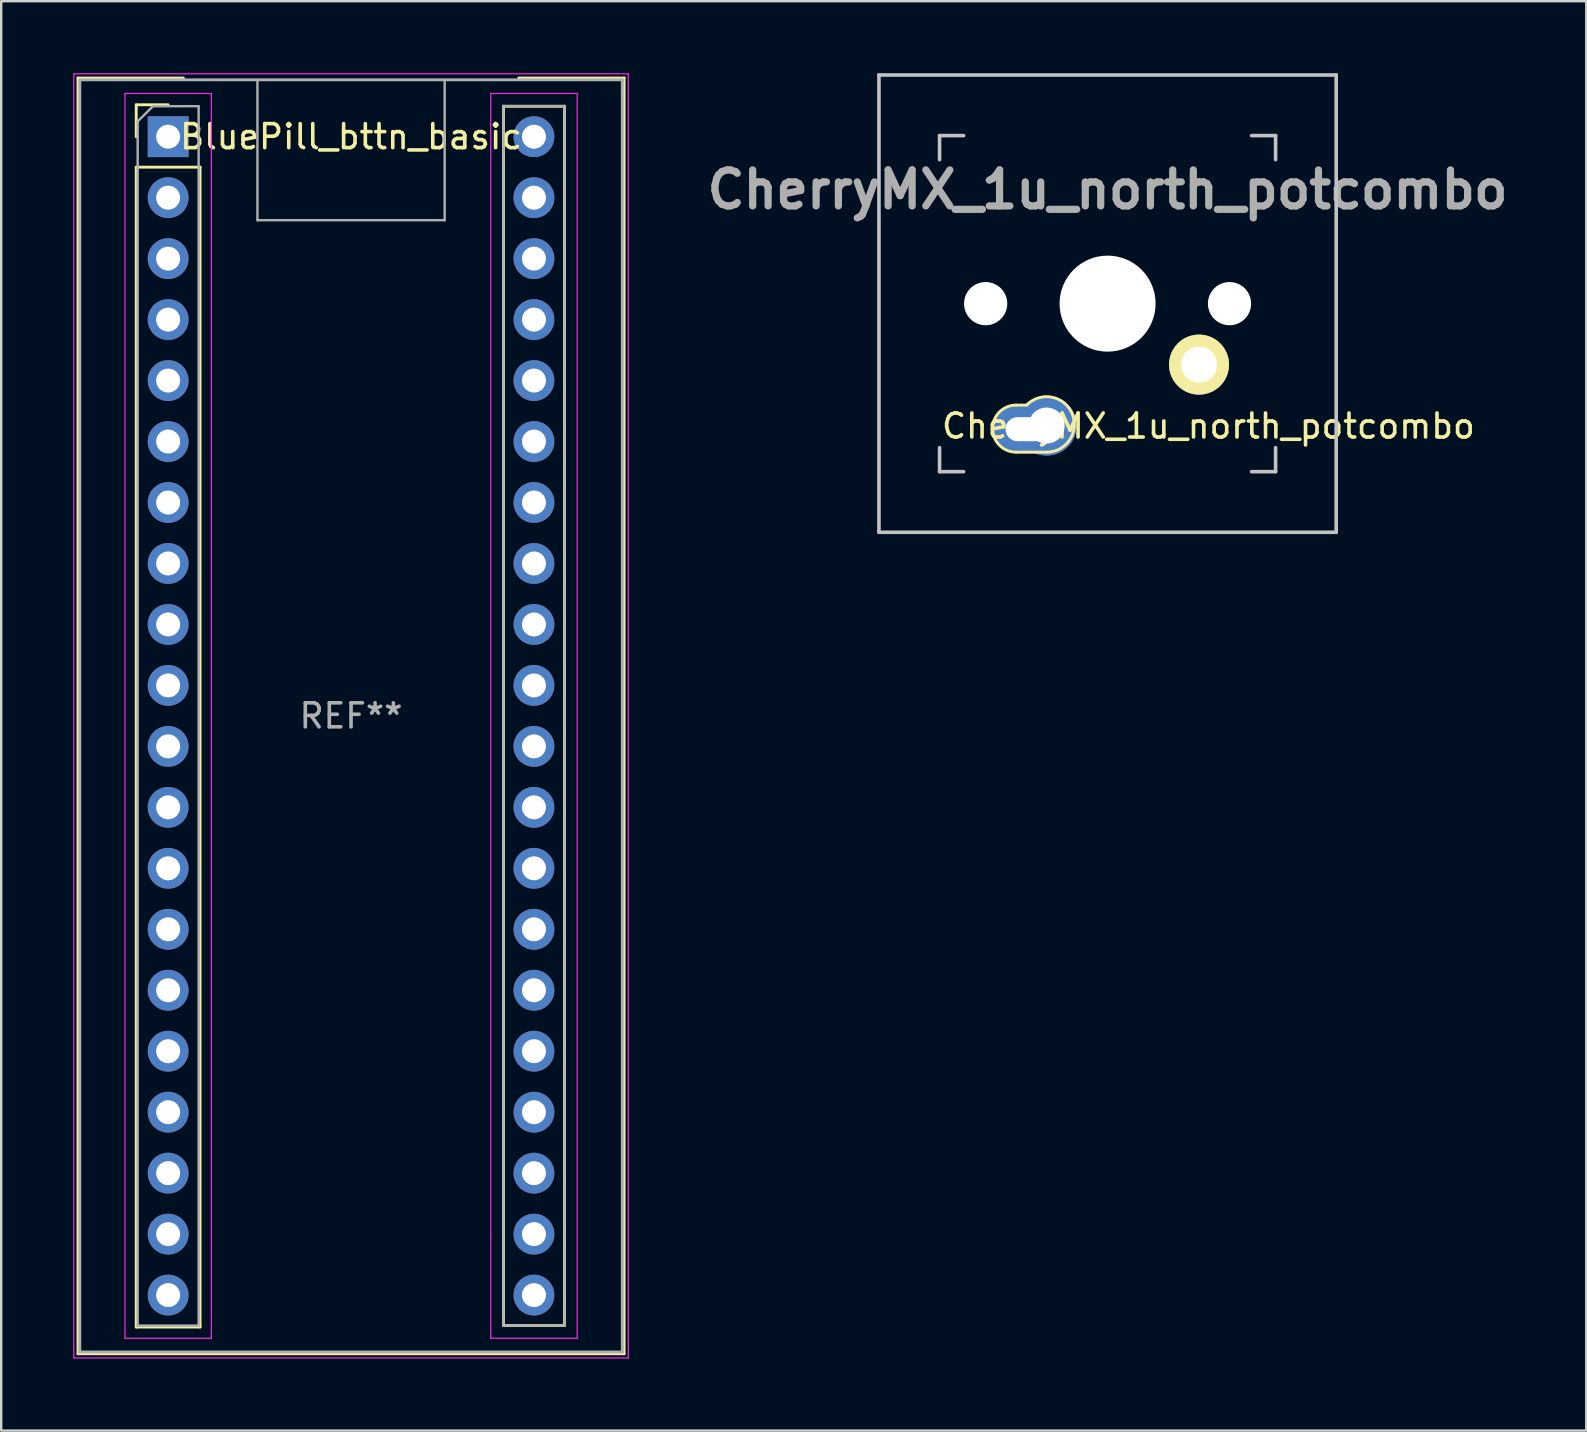
<source format=kicad_pcb>
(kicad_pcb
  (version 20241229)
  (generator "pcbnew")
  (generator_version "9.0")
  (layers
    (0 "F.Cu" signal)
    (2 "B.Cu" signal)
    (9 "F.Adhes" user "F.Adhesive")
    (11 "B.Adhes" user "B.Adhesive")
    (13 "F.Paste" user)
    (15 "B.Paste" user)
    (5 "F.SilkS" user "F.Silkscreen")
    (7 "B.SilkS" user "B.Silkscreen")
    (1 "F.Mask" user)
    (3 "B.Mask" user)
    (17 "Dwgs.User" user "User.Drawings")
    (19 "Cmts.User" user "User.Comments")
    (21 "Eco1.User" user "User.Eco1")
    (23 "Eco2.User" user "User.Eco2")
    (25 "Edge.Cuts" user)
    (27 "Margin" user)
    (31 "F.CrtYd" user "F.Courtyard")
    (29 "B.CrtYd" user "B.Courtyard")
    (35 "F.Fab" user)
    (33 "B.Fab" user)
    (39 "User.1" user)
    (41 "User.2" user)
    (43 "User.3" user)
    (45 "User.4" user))
  (footprint "CherryMX_1u_north_potcombo"
    (layer "F.Cu")
    (at 43.093 9.6)
    (property "Reference" "CherryMX_1u_north_potcombo" (at 4.2 5.1 180) (layer "F.SilkS") (effects (font (size 1 1) (thickness 0.15))))
    (attr through_hole)
    (fp_line (start -3.81 4.226) (end -3.365 4.226) (stroke (width 0.12) (type solid)) (layer "F.SilkS"))
    (fp_line (start -3.81 6.188) (end -2.54 6.188) (stroke (width 0.12) (type solid)) (layer "F.SilkS"))
    (fp_arc (start -3.81 6.188289) (mid -4.791289 5.207) (end -3.81 4.225711) (stroke (width 0.12) (type solid)) (layer "F.SilkS"))
    (fp_arc (start -3.3655 4.225711) (mid -1.47569 4.585719) (end -2.54 6.188289) (stroke (width 0.12) (type solid)) (layer "F.SilkS"))
    (fp_line (start -9.525 -9.525) (end 9.525 -9.525) (stroke (width 0.15) (type solid)) (layer "Dwgs.User"))
    (fp_line (start -9.525 9.525) (end -9.525 -9.525) (stroke (width 0.15) (type solid)) (layer "Dwgs.User"))
    (fp_line (start -7 -7) (end -7 -6) (stroke (width 0.15) (type solid)) (layer "Dwgs.User"))
    (fp_line (start -7 6) (end -7 7) (stroke (width 0.15) (type solid)) (layer "Dwgs.User"))
    (fp_line (start -7 7) (end -6 7) (stroke (width 0.15) (type solid)) (layer "Dwgs.User"))
    (fp_line (start -6 -7) (end -7 -7) (stroke (width 0.15) (type solid)) (layer "Dwgs.User"))
    (fp_line (start 6 -7) (end 7 -7) (stroke (width 0.15) (type solid)) (layer "Dwgs.User"))
    (fp_line (start 7 -6) (end 7 -7) (stroke (width 0.15) (type solid)) (layer "Dwgs.User"))
    (fp_line (start 7 6) (end 7 7) (stroke (width 0.15) (type solid)) (layer "Dwgs.User"))
    (fp_line (start 7 7) (end 6 7) (stroke (width 0.15) (type solid)) (layer "Dwgs.User"))
    (fp_line (start 9.525 -9.525) (end 9.525 9.525) (stroke (width 0.15) (type solid)) (layer "Dwgs.User"))
    (fp_line (start 9.525 9.525) (end -9.525 9.525) (stroke (width 0.15) (type solid)) (layer "Dwgs.User"))
    (fp_text user "${REFERENCE}" (at 0 -4.75 0) (unlocked yes) (layer "F.Fab") (effects (font (size 1.5 1.5) (thickness 0.3))))
    (pad "" np_thru_hole circle (at -5.08 0 270) (size 1.8 1.8) (drill 1.8) (layers "*.Cu" "*.Mask"))
    (pad "" np_thru_hole circle (at 0 0 270) (size 4 4) (drill 4) (layers "*.Cu" "*.Mask"))
    (pad "" np_thru_hole circle (at 5.08 0 270) (size 1.8 1.8) (drill 1.8) (layers "*.Cu" "*.Mask"))
    (pad "1" thru_hole circle (at 3.81 2.54 180) (size 2.5 2.5) (drill 1.5) (layers "*.Cu" "B.Mask" "F.SilkS"))
    (pad "2" thru_hole oval (at -3.251 5.23) (size 3 2) (drill oval 2 1) (layers "*.Cu" "B.Mask"))
    (pad "2" thru_hole circle (at -2.54 5.08 180) (size 2.5 2.5) (drill 1.5) (layers "*.Cu" "B.Mask")))
  (footprint "BluePill_bttn_basic"
    (layer "F.Cu")
    (at 3.955 2.645)
    (property "Reference" "BluePill_bttn_basic" (at 7.62 0 0) (layer "F.SilkS") (effects (font (size 1 1) (thickness 0.15))))
    (attr through_hole)
    (fp_line (start -3.755 -2.445) (end 0.635 -2.445) (stroke (width 0.12) (type solid)) (layer "F.SilkS"))
    (fp_line (start -3.755 50.705) (end -3.755 -2.445) (stroke (width 0.12) (type solid)) (layer "F.SilkS"))
    (fp_line (start -1.33 -1.33) (end 0 -1.33) (stroke (width 0.12) (type solid)) (layer "F.SilkS"))
    (fp_line (start -1.33 0) (end -1.33 -1.33) (stroke (width 0.12) (type solid)) (layer "F.SilkS"))
    (fp_line (start -1.33 1.27) (end 1.33 1.27) (stroke (width 0.12) (type solid)) (layer "F.SilkS"))
    (fp_line (start -1.33 49.59) (end -1.33 1.27) (stroke (width 0.12) (type solid)) (layer "F.SilkS"))
    (fp_line (start 1.33 1.27) (end 1.33 49.59) (stroke (width 0.12) (type solid)) (layer "F.SilkS"))
    (fp_line (start 1.33 49.59) (end -1.33 49.59) (stroke (width 0.12) (type solid)) (layer "F.SilkS"))
    (fp_line (start 13.97 -1.27) (end 16.51 -1.27) (stroke (width 0.12) (type solid)) (layer "F.SilkS"))
    (fp_line (start 13.97 49.53) (end 13.97 -1.27) (stroke (width 0.12) (type solid)) (layer "F.SilkS"))
    (fp_line (start 14.605 -2.445) (end 18.995 -2.445) (stroke (width 0.12) (type solid)) (layer "F.SilkS"))
    (fp_line (start 16.51 -1.27) (end 16.51 49.53) (stroke (width 0.12) (type solid)) (layer "F.SilkS"))
    (fp_line (start 16.51 49.53) (end 13.97 49.53) (stroke (width 0.12) (type solid)) (layer "F.SilkS"))
    (fp_line (start 18.995 -2.445) (end 18.995 50.705) (stroke (width 0.12) (type solid)) (layer "F.SilkS"))
    (fp_line (start 18.995 50.705) (end -3.755 50.705) (stroke (width 0.12) (type solid)) (layer "F.SilkS"))
    (fp_line (start -3.93 -2.62) (end 19.17 -2.62) (stroke (width 0.05) (type solid)) (layer "F.CrtYd"))
    (fp_line (start -3.93 50.88) (end -3.93 -2.62) (stroke (width 0.05) (type solid)) (layer "F.CrtYd"))
    (fp_line (start -1.8 -1.8) (end -1.8 50.06) (stroke (width 0.05) (type solid)) (layer "F.CrtYd"))
    (fp_line (start -1.8 50.06) (end 1.8 50.06) (stroke (width 0.05) (type solid)) (layer "F.CrtYd"))
    (fp_line (start 1.8 -1.8) (end -1.8 -1.8) (stroke (width 0.05) (type solid)) (layer "F.CrtYd"))
    (fp_line (start 1.8 -1.8) (end 1.8 45.72) (stroke (width 0.05) (type solid)) (layer "F.CrtYd"))
    (fp_line (start 1.8 45.72) (end 1.8 50.06) (stroke (width 0.05) (type solid)) (layer "F.CrtYd"))
    (fp_line (start 13.44 -1.8) (end 13.44 45.72) (stroke (width 0.05) (type solid)) (layer "F.CrtYd"))
    (fp_line (start 13.44 -1.8) (end 17.04 -1.8) (stroke (width 0.05) (type solid)) (layer "F.CrtYd"))
    (fp_line (start 13.44 45.72) (end 13.44 50.06) (stroke (width 0.05) (type solid)) (layer "F.CrtYd"))
    (fp_line (start 17.04 -1.8) (end 17.04 50.06) (stroke (width 0.05) (type solid)) (layer "F.CrtYd"))
    (fp_line (start 17.04 50.06) (end 13.44 50.06) (stroke (width 0.05) (type solid)) (layer "F.CrtYd"))
    (fp_line (start 19.17 -2.62) (end 19.17 50.88) (stroke (width 0.05) (type solid)) (layer "F.CrtYd"))
    (fp_line (start 19.17 50.88) (end -3.93 50.88) (stroke (width 0.05) (type solid)) (layer "F.CrtYd"))
    (fp_line (start -3.68 -2.37) (end 18.92 -2.37) (stroke (width 0.12) (type solid)) (layer "F.Fab"))
    (fp_line (start -3.68 50.63) (end -3.68 -2.32) (stroke (width 0.12) (type solid)) (layer "F.Fab"))
    (fp_line (start -3.68 50.63) (end 18.92 50.63) (stroke (width 0.12) (type solid)) (layer "F.Fab"))
    (fp_line (start -1.27 -0.635) (end -0.635 -1.27) (stroke (width 0.1) (type solid)) (layer "F.Fab"))
    (fp_line (start -1.27 49.53) (end -1.27 -0.635) (stroke (width 0.1) (type solid)) (layer "F.Fab"))
    (fp_line (start -0.635 -1.27) (end 1.27 -1.27) (stroke (width 0.1) (type solid)) (layer "F.Fab"))
    (fp_line (start 1.27 -1.27) (end 1.27 49.53) (stroke (width 0.1) (type solid)) (layer "F.Fab"))
    (fp_line (start 1.27 49.53) (end -1.27 49.53) (stroke (width 0.1) (type solid)) (layer "F.Fab"))
    (fp_line (start 3.72 3.48) (end 3.72 -2.32) (stroke (width 0.1) (type solid)) (layer "F.Fab"))
    (fp_line (start 3.72 3.48) (end 11.52 3.48) (stroke (width 0.1) (type solid)) (layer "F.Fab"))
    (fp_line (start 11.52 3.48) (end 11.52 -2.32) (stroke (width 0.1) (type solid)) (layer "F.Fab"))
    (fp_line (start 13.97 -1.27) (end 16.51 -1.27) (stroke (width 0.1) (type solid)) (layer "F.Fab"))
    (fp_line (start 13.97 49.53) (end 13.97 -1.27) (stroke (width 0.1) (type solid)) (layer "F.Fab"))
    (fp_line (start 16.51 -1.27) (end 16.51 49.53) (stroke (width 0.1) (type solid)) (layer "F.Fab"))
    (fp_line (start 16.51 49.53) (end 13.97 49.53) (stroke (width 0.1) (type solid)) (layer "F.Fab"))
    (fp_line (start 18.92 -2.37) (end 18.92 50.63) (stroke (width 0.12) (type solid)) (layer "F.Fab"))
    (fp_text user "REF**" (at 7.62 24.13 180) (layer "F.Fab") (effects (font (size 1 1) (thickness 0.15))))
    (pad "1" thru_hole rect (at 0 0) (size 1.7 1.7) (drill 1) (layers "*.Cu" "*.Mask"))
    (pad "2" thru_hole circle (at 0 2.54) (size 1.7 1.7) (drill 1) (layers "*.Cu" "*.Mask"))
    (pad "3" thru_hole circle (at 0 5.08) (size 1.7 1.7) (drill 1) (layers "*.Cu" "*.Mask"))
    (pad "4" thru_hole circle (at 0 7.62) (size 1.7 1.7) (drill 1) (layers "*.Cu" "*.Mask"))
    (pad "5" thru_hole circle (at 0 10.16) (size 1.7 1.7) (drill 1) (layers "*.Cu" "*.Mask"))
    (pad "6" thru_hole circle (at 0 12.7) (size 1.7 1.7) (drill 1) (layers "*.Cu" "*.Mask"))
    (pad "7" thru_hole circle (at 0 15.24) (size 1.7 1.7) (drill 1) (layers "*.Cu" "*.Mask"))
    (pad "8" thru_hole circle (at 0 17.78) (size 1.7 1.7) (drill 1) (layers "*.Cu" "*.Mask"))
    (pad "9" thru_hole circle (at 0 20.32) (size 1.7 1.7) (drill 1) (layers "*.Cu" "*.Mask"))
    (pad "10" thru_hole circle (at 0 22.86) (size 1.7 1.7) (drill 1) (layers "*.Cu" "*.Mask"))
    (pad "11" thru_hole circle (at 0 25.4) (size 1.7 1.7) (drill 1) (layers "*.Cu" "*.Mask"))
    (pad "12" thru_hole circle (at 0 27.94) (size 1.7 1.7) (drill 1) (layers "*.Cu" "*.Mask"))
    (pad "13" thru_hole circle (at 0 30.48) (size 1.7 1.7) (drill 1) (layers "*.Cu" "*.Mask"))
    (pad "14" thru_hole circle (at 0 33.02) (size 1.7 1.7) (drill 1) (layers "*.Cu" "*.Mask"))
    (pad "15" thru_hole circle (at 0 35.56) (size 1.7 1.7) (drill 1) (layers "*.Cu" "*.Mask"))
    (pad "16" thru_hole circle (at 0 38.1) (size 1.7 1.7) (drill 1) (layers "*.Cu" "*.Mask"))
    (pad "17" thru_hole circle (at 0 40.64) (size 1.7 1.7) (drill 1) (layers "*.Cu" "*.Mask"))
    (pad "18" thru_hole circle (at 0 43.18) (size 1.7 1.7) (drill 1) (layers "*.Cu" "*.Mask"))
    (pad "19" thru_hole circle (at 0 45.72) (size 1.7 1.7) (drill 1) (layers "*.Cu" "*.Mask"))
    (pad "20" thru_hole circle (at 0 48.26) (size 1.7 1.7) (drill 1) (layers "*.Cu" "*.Mask"))
    (pad "21" thru_hole circle (at 15.24 48.26) (size 1.7 1.7) (drill 1) (layers "*.Cu" "*.Mask"))
    (pad "22" thru_hole circle (at 15.24 45.72) (size 1.7 1.7) (drill 1) (layers "*.Cu" "*.Mask"))
    (pad "23" thru_hole circle (at 15.24 43.18) (size 1.7 1.7) (drill 1) (layers "*.Cu" "*.Mask"))
    (pad "24" thru_hole circle (at 15.24 40.64) (size 1.7 1.7) (drill 1) (layers "*.Cu" "*.Mask"))
    (pad "25" thru_hole circle (at 15.24 38.1) (size 1.7 1.7) (drill 1) (layers "*.Cu" "*.Mask"))
    (pad "26" thru_hole circle (at 15.24 35.56) (size 1.7 1.7) (drill 1) (layers "*.Cu" "*.Mask"))
    (pad "27" thru_hole circle (at 15.24 33.02) (size 1.7 1.7) (drill 1) (layers "*.Cu" "*.Mask"))
    (pad "28" thru_hole circle (at 15.24 30.48) (size 1.7 1.7) (drill 1) (layers "*.Cu" "*.Mask"))
    (pad "29" thru_hole circle (at 15.24 27.94) (size 1.7 1.7) (drill 1) (layers "*.Cu" "*.Mask"))
    (pad "30" thru_hole circle (at 15.24 25.4) (size 1.7 1.7) (drill 1) (layers "*.Cu" "*.Mask"))
    (pad "31" thru_hole circle (at 15.24 22.86) (size 1.7 1.7) (drill 1) (layers "*.Cu" "*.Mask"))
    (pad "32" thru_hole circle (at 15.24 20.32) (size 1.7 1.7) (drill 1) (layers "*.Cu" "*.Mask"))
    (pad "33" thru_hole circle (at 15.24 17.78) (size 1.7 1.7) (drill 1) (layers "*.Cu" "*.Mask"))
    (pad "34" thru_hole circle (at 15.24 15.24) (size 1.7 1.7) (drill 1) (layers "*.Cu" "*.Mask"))
    (pad "35" thru_hole circle (at 15.24 12.7) (size 1.7 1.7) (drill 1) (layers "*.Cu" "*.Mask"))
    (pad "36" thru_hole circle (at 15.24 10.16) (size 1.7 1.7) (drill 1) (layers "*.Cu" "*.Mask"))
    (pad "37" thru_hole circle (at 15.24 7.62) (size 1.7 1.7) (drill 1) (layers "*.Cu" "*.Mask"))
    (pad "38" thru_hole circle (at 15.24 5.08) (size 1.7 1.7) (drill 1) (layers "*.Cu" "*.Mask"))
    (pad "39" thru_hole circle (at 15.24 2.54) (size 1.7 1.7) (drill 1) (layers "*.Cu" "*.Mask"))
    (pad "40" thru_hole circle (at 15.24 0) (size 1.7 1.7) (drill 1) (layers "*.Cu" "*.Mask")))
  (gr_rect
    (start -3 -3)
    (end 63.036 56.55)
    (stroke (width 0.1) (type default))
    (fill no)
    (layer "Edge.Cuts")))
</source>
